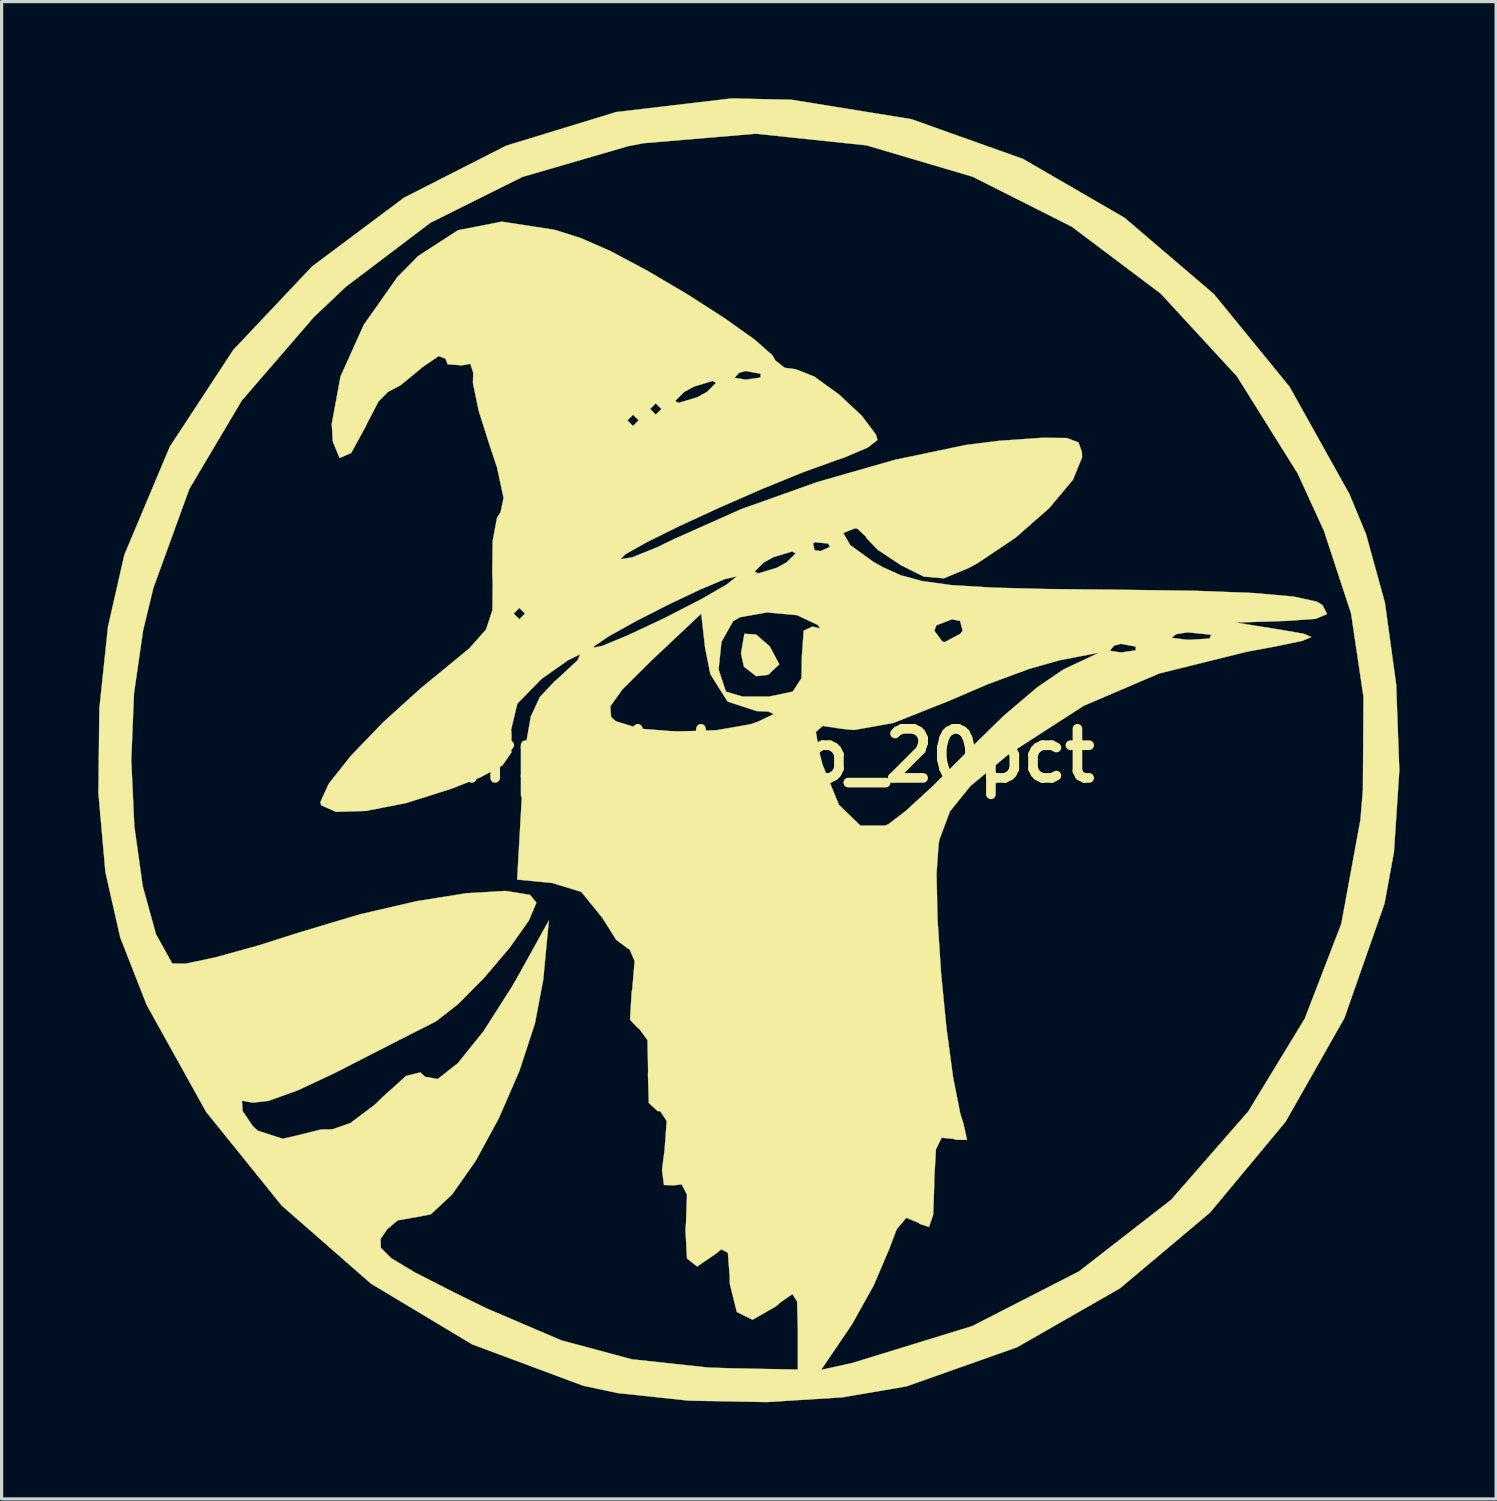
<source format=kicad_pcb>
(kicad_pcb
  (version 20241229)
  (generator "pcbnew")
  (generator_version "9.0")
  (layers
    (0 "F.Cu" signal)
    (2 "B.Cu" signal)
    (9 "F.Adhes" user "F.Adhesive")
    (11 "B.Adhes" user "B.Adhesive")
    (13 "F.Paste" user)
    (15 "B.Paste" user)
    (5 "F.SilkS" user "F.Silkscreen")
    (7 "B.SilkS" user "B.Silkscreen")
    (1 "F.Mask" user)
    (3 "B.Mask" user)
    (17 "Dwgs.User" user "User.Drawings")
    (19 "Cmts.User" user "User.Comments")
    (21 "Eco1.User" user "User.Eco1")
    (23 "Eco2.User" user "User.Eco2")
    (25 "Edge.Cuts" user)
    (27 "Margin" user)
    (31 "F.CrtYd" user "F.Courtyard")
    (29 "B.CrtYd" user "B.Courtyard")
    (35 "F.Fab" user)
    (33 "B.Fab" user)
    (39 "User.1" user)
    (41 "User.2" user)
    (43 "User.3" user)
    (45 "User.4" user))
  (footprint "turpial_logo_20pct"
    (layer "F.Cu")
    (at 20.299 20.402)
    (property "Reference" "turpial_logo_20pct" (at 0 0 0) (layer "F.SilkS") (effects (font (size 1.524 1.524) (thickness 0.3))))
    (attr through_hole)
    (fp_poly (pts (xy 0.111 -3.762) (xy 0.538 -3.393) (xy 0.835 -2.836) (xy 0.487 -2.511) (xy 0.118 -2.469) (xy -0.264 -2.764) (xy -0.353 -3.175) (xy -0.248 -3.783) (xy 0.111 -3.762)) (stroke (width 0.01) (type solid)) (fill yes) (layer "F.SilkS"))
    (fp_poly (pts (xy 1.214 -20.356) (xy 4.934 -19.754) (xy 8.397 -18.52) (xy 11.545 -16.696) (xy 14.321 -14.326) (xy 16.667 -11.453) (xy 18.525 -8.123) (xy 19.041 -6.879) (xy 19.629 -4.746) (xy 19.978 -2.212) (xy 20.076 0.456) (xy 19.909 2.99) (xy 19.616 4.588) (xy 18.371 8.142) (xy 16.546 11.359) (xy 14.203 14.176) (xy 11.405 16.529) (xy 8.215 18.356) (xy 4.777 19.572) (xy 2.791 19.911) (xy 0.443 20.059) (xy -1.976 20.014) (xy -4.177 19.779) (xy -5.248 19.552) (xy -8.694 18.268) (xy -11.836 16.383) (xy -14.609 13.957) (xy -16.952 11.052) (xy -18.799 7.73) (xy -19.616 5.644) (xy -20.078 3.612) (xy -20.294 1.164) (xy -20.283 0.135) (xy -19.276 0.135) (xy -19.181 2.189) (xy -18.921 4.046) (xy -18.51 5.537) (xy -18.004 6.449) (xy -17.591 6.454) (xy -16.659 6.257) (xy -15.351 5.895) (xy -14.038 5.478) (xy -12.182 4.923) (xy -10.419 4.514) (xy -8.871 4.267) (xy -7.658 4.197) (xy -6.9 4.319) (xy -6.703 4.559) (xy -6.937 5.115) (xy -7.529 5.953) (xy -8.315 6.881) (xy -9.131 7.707) (xy -9.813 8.239) (xy -9.878 8.274) (xy -10.644 8.661) (xy -11.782 9.242) (xy -12.962 9.847) (xy -14.102 10.381) (xy -15.015 10.71) (xy -15.509 10.767) (xy -15.52 10.761) (xy -15.841 10.708) (xy -15.821 11.027) (xy -15.502 11.497) (xy -15.35 11.638) (xy -14.575 11.887) (xy -14.204 11.803) (xy -13.39 11.601) (xy -13.04 11.597) (xy -12.472 11.399) (xy -11.715 10.828) (xy -11.474 10.592) (xy -10.75 9.94) (xy -10.307 9.828) (xy -10.155 9.965) (xy -9.765 10.034) (xy -9.14 9.541) (xy -8.348 8.558) (xy -7.457 7.162) (xy -7.196 6.703) (xy -6.317 5.115) (xy -6.491 6.949) (xy -6.748 8.304) (xy -7.232 9.785) (xy -7.871 11.254) (xy -8.59 12.576) (xy -9.318 13.614) (xy -9.98 14.232) (xy -10.447 14.321) (xy -11.006 14.418) (xy -11.329 14.688) (xy -11.539 14.998) (xy -11.529 15.276) (xy -11.207 15.596) (xy -10.484 16.03) (xy -9.269 16.651) (xy -8.27 17.142) (xy -5.931 18.143) (xy -3.748 18.73) (xy -1.377 18.987) (xy -0.617 19.011) (xy 1.411 19.05) (xy 1.411 17.761) (xy 1.387 16.935) (xy 1.242 16.706) (xy 0.865 16.967) (xy 0.728 17.09) (xy 0.005 17.503) (xy -0.483 17.264) (xy -0.698 16.399) (xy -0.706 16.136) (xy -0.761 15.423) (xy -0.966 15.318) (xy -1.129 15.452) (xy -1.715 15.851) (xy -2.029 15.602) (xy -2.077 14.702) (xy -2.06 14.507) (xy -2.029 13.624) (xy -2.193 13.301) (xy -2.432 13.331) (xy -2.744 13.321) (xy -2.805 12.855) (xy -2.725 12.238) (xy -2.659 11.333) (xy -2.864 11.027) (xy -2.934 11.032) (xy -3.213 10.78) (xy -3.242 9.873) (xy -3.236 9.79) (xy -3.254 8.828) (xy -3.517 8.468) (xy -3.539 8.467) (xy -3.797 8.192) (xy -3.746 7.335) (xy -3.727 7.232) (xy -3.654 6.373) (xy -3.814 6.001) (xy -3.845 5.997) (xy -4.228 5.712) (xy -4.658 5.027) (xy -5.312 4.224) (xy -6.21 3.95) (xy -7.3 3.844) (xy -7.146 1.128) (xy -7.039 -0.298) (xy -6.96 -0.74) (xy 1.97 -0.74) (xy 2.075 -0.111) (xy 2.177 0.28) (xy 2.683 1.522) (xy 3.35 2.169) (xy 4.122 2.17) (xy 4.231 2.118) (xy 4.758 1.715) (xy 5.596 0.946) (xy 6.578 -0.034) (xy 6.74 -0.204) (xy 7.806 -1.244) (xy 8.842 -2.124) (xy 9.64 -2.668) (xy 9.701 -2.699) (xy 10.76 -3.197) (xy 9.545 -2.966) (xy 8.593 -2.697) (xy 7.302 -2.219) (xy 6.06 -1.686) (xy 4.371 -1.016) (xy 3.156 -0.799) (xy 2.81 -0.831) (xy 2.183 -0.924) (xy 1.97 -0.74) (xy -6.96 -0.74) (xy -6.876 -1.216) (xy -6.73 -1.53) (xy -4.412 -1.53) (xy -4.384 -1.2) (xy -4.233 -1.067) (xy -3.492 -0.84) (xy -2.353 -0.748) (xy -1.113 -0.792) (xy -0.067 -0.973) (xy 0.176 -1.058) (xy 0.667 -1.293) (xy 0.492 -1.371) (xy 0.131 -1.386) (xy -0.77 -1.681) (xy -1.304 -2.53) (xy -1.333 -2.676) (xy -1.049 -2.676) (xy -0.829 -2.007) (xy -0.806 -1.982) (xy -0.308 -1.835) (xy 0.516 -1.835) (xy 1.253 -1.989) (xy 1.523 -2.406) (xy 1.536 -3.085) (xy 1.548 -3.259) (xy 11.089 -3.259) (xy 11.436 -3.203) (xy 11.893 -3.268) (xy 11.899 -3.388) (xy 11.427 -3.472) (xy 11.223 -3.416) (xy 11.089 -3.259) (xy 1.548 -3.259) (xy 1.592 -3.877) (xy 1.599 -3.881) (xy 5.644 -3.881) (xy 5.898 -3.538) (xy 5.976 -3.528) (xy 6.223 -3.66) (xy 13.004 -3.66) (xy 13.472 -3.599) (xy 13.582 -3.597) (xy 14.184 -3.635) (xy 14.237 -3.745) (xy 14.206 -3.759) (xy 13.506 -3.829) (xy 13.148 -3.772) (xy 13.004 -3.66) (xy 6.223 -3.66) (xy 6.454 -3.784) (xy 6.526 -3.881) (xy 6.446 -4.183) (xy 6.194 -4.233) (xy 5.712 -4.049) (xy 5.644 -3.881) (xy 1.599 -3.881) (xy 1.868 -4.01) (xy 1.888 -3.999) (xy 2.105 -3.949) (xy 2.029 -4.059) (xy 1.387 -4.362) (xy 0.454 -4.447) (xy -0.384 -4.298) (xy -0.601 -4.174) (xy -0.96 -3.532) (xy -1.049 -2.676) (xy -1.333 -2.676) (xy -1.468 -3.351) (xy -1.587 -4.41) (xy -3.175 -2.914) (xy -4.032 -2.061) (xy -4.412 -1.53) (xy -6.73 -1.53) (xy -6.595 -1.821) (xy -6.135 -2.31) (xy -6.053 -2.379) (xy -5.428 -2.958) (xy -5.338 -3.152) (xy -5.727 -2.961) (xy -6.539 -2.387) (xy -6.546 -2.381) (xy -7.295 -1.618) (xy -7.489 -0.805) (xy -7.476 -0.65) (xy -7.482 -0.1) (xy -7.754 0.296) (xy -8.438 0.669) (xy -9.342 1.025) (xy -10.752 1.47) (xy -11.996 1.714) (xy -12.922 1.741) (xy -13.381 1.537) (xy -13.406 1.438) (xy -13.148 0.871) (xy -12.459 0.002) (xy -11.46 -1.035) (xy -10.274 -2.108) (xy -9.739 -2.546) (xy -8.783 -3.331) (xy -8.767 -3.35) (xy -4.939 -3.35) (xy -4.651 -3.41) (xy -3.89 -3.726) (xy -2.813 -4.23) (xy -2.657 -4.307) (xy -1.566 -4.869) (xy -0.798 -5.312) (xy -0.501 -5.55) (xy -0.505 -5.561) (xy -0.855 -5.481) (xy -1.623 -5.157) (xy -2.61 -4.688) (xy -3.619 -4.173) (xy -4.45 -3.711) (xy -4.905 -3.402) (xy -4.939 -3.35) (xy -8.767 -3.35) (xy -8.267 -3.914) (xy -8.103 -4.41) (xy -7.408 -4.41) (xy -7.232 -4.233) (xy -7.056 -4.41) (xy -7.232 -4.586) (xy -7.408 -4.41) (xy -8.103 -4.41) (xy -8.066 -4.523) (xy -8.059 -5.385) (xy -8.072 -5.636) (xy -8.071 -5.718) (xy 0.07 -5.718) (xy 0.176 -5.655) (xy 0.756 -5.831) (xy 1.058 -5.997) (xy 1.341 -6.277) (xy 1.235 -6.339) (xy 0.655 -6.164) (xy 0.353 -5.997) (xy 0.07 -5.718) (xy -8.071 -5.718) (xy -8.059 -6.672) (xy -7.924 -7.388) (xy -7.816 -7.551) (xy -7.721 -8.001) (xy -7.928 -8.961) (xy -8.148 -9.615) (xy -8.399 -10.407) (xy -3.881 -10.407) (xy -3.704 -10.231) (xy -3.528 -10.407) (xy -3.704 -10.583) (xy -3.881 -10.407) (xy -8.399 -10.407) (xy -8.495 -10.71) (xy -8.506 -10.76) (xy -3.175 -10.76) (xy -2.999 -10.583) (xy -2.822 -10.76) (xy -2.999 -10.936) (xy -3.175 -10.76) (xy -8.506 -10.76) (xy -8.557 -11.009) (xy -2.399 -11.009) (xy -2.293 -10.947) (xy -1.713 -11.123) (xy -1.411 -11.289) (xy -1.129 -11.568) (xy -1.235 -11.631) (xy -1.814 -11.455) (xy -2.117 -11.289) (xy -2.399 -11.009) (xy -8.557 -11.009) (xy -8.672 -11.565) (xy -8.668 -11.726) (xy -0.553 -11.726) (xy -0.206 -11.67) (xy 0.252 -11.734) (xy 0.257 -11.855) (xy -0.215 -11.939) (xy -0.419 -11.883) (xy -0.553 -11.726) (xy -8.668 -11.726) (xy -8.664 -11.888) (xy -8.751 -12.163) (xy -9.014 -12.115) (xy -9.455 -12.147) (xy -9.525 -12.323) (xy -9.738 -12.403) (xy -10.255 -12.047) (xy -10.297 -12.008) (xy -10.922 -11.495) (xy -11.313 -11.289) (xy -11.6 -10.999) (xy -11.968 -10.294) (xy -11.994 -10.231) (xy -12.45 -9.398) (xy -12.811 -9.239) (xy -13.021 -9.75) (xy -13.053 -10.296) (xy -12.782 -11.767) (xy -12.059 -13.373) (xy -11.017 -14.853) (xy -10.371 -15.507) (xy -9.137 -16.307) (xy -7.777 -16.573) (xy -6.136 -16.32) (xy -5.316 -16.06) (xy -4.401 -15.658) (xy -3.247 -15.043) (xy -2.01 -14.313) (xy -0.848 -13.566) (xy 0.084 -12.902) (xy 0.628 -12.418) (xy 0.706 -12.272) (xy 0.999 -12.039) (xy 1.345 -11.994) (xy 1.917 -11.767) (xy 2.678 -11.218) (xy 3.394 -10.55) (xy 3.834 -9.964) (xy 3.881 -9.798) (xy 3.58 -9.563) (xy 2.83 -9.246) (xy 2.558 -9.154) (xy 1.564 -8.794) (xy 0.332 -8.292) (xy -0.986 -7.717) (xy -2.239 -7.14) (xy -3.273 -6.629) (xy -3.938 -6.256) (xy -4.098 -6.097) (xy -3.727 -6.156) (xy -2.948 -6.472) (xy -2.715 -6.585) (xy 1.881 -6.585) (xy 1.93 -6.375) (xy 2.117 -6.35) (xy 2.407 -6.479) (xy 2.352 -6.585) (xy 1.933 -6.627) (xy 1.881 -6.585) (xy -2.715 -6.585) (xy -2.415 -6.73) (xy -0.353 -7.649) (xy 2.016 -8.493) (xy 4.433 -9.185) (xy 6.641 -9.646) (xy 7.673 -9.774) (xy 8.991 -9.866) (xy 9.757 -9.859) (xy 10.118 -9.722) (xy 10.225 -9.425) (xy 10.231 -9.26) (xy 9.948 -8.565) (xy 9.208 -7.682) (xy 8.166 -6.766) (xy 6.983 -5.972) (xy 6.721 -5.83) (xy 5.945 -5.506) (xy 5.319 -5.559) (xy 4.612 -5.912) (xy 3.892 -6.389) (xy 3.538 -6.756) (xy 3.53 -6.791) (xy 3.257 -7.048) (xy 3.175 -7.056) (xy 2.819 -6.912) (xy 3.034 -6.537) (xy 3.759 -6.013) (xy 4.05 -5.849) (xy 4.602 -5.6) (xy 5.269 -5.419) (xy 6.172 -5.295) (xy 7.43 -5.217) (xy 9.164 -5.172) (xy 11.265 -5.152) (xy 13.736 -5.118) (xy 15.561 -5.048) (xy 16.798 -4.938) (xy 17.506 -4.782) (xy 17.692 -4.674) (xy 17.834 -4.396) (xy 17.476 -4.247) (xy 16.563 -4.183) (xy 14.993 -4.133) (xy 16.404 -3.907) (xy 17.108 -3.785) (xy 17.347 -3.683) (xy 17.058 -3.563) (xy 16.177 -3.381) (xy 15.346 -3.227) (xy 12.625 -2.553) (xy 10.281 -1.55) (xy 8.011 -0.086) (xy 7.882 0.011) (xy 6.771 0.935) (xy 6.131 1.726) (xy 5.81 2.583) (xy 5.779 2.733) (xy 5.714 3.67) (xy 5.746 5.077) (xy 5.854 6.739) (xy 6.021 8.442) (xy 6.226 9.969) (xy 6.45 11.105) (xy 6.555 11.438) (xy 6.66 11.922) (xy 6.313 11.919) (xy 6.235 11.89) (xy 5.872 11.855) (xy 5.696 12.213) (xy 5.645 13.11) (xy 5.644 13.283) (xy 5.611 14.245) (xy 5.479 14.622) (xy 5.2 14.532) (xy 5.148 14.491) (xy 4.777 14.338) (xy 4.479 14.691) (xy 4.244 15.312) (xy 3.763 16.44) (xy 3.103 17.622) (xy 2.984 17.803) (xy 2.131 19.06) (xy 3.094 18.847) (xy 6.822 17.701) (xy 10.133 16.005) (xy 12.997 13.779) (xy 15.386 11.042) (xy 15.393 11.032) (xy 17.142 8.159) (xy 18.277 5.214) (xy 18.87 1.986) (xy 18.946 1.058) (xy 18.964 -1.829) (xy 18.579 -4.417) (xy 17.736 -6.984) (xy 16.919 -8.764) (xy 15.036 -11.776) (xy 12.671 -14.342) (xy 9.91 -16.419) (xy 6.837 -17.967) (xy 3.54 -18.942) (xy 0.105 -19.303) (xy -3.383 -19.008) (xy -3.881 -18.91) (xy -7.137 -17.962) (xy -9.988 -16.543) (xy -12.615 -14.555) (xy -13.611 -13.611) (xy -15.846 -11.023) (xy -17.474 -8.28) (xy -18.592 -5.202) (xy -18.91 -3.881) (xy -19.19 -1.944) (xy -19.276 0.135) (xy -20.283 0.135) (xy -20.266 -1.457) (xy -19.997 -4.005) (xy -19.489 -6.235) (xy -18.078 -9.591) (xy -16.11 -12.592) (xy -13.662 -15.184) (xy -10.813 -17.315) (xy -7.642 -18.93) (xy -4.227 -19.975) (xy -0.648 -20.397) (xy 1.214 -20.356)) (stroke (width 0.01) (type solid)) (fill yes) (layer "F.SilkS")))
  (gr_rect
    (start -3 -3)
    (end 43.38 43.466)
    (stroke (width 0.1) (type default))
    (fill no)
    (layer "Edge.Cuts")))
</source>
